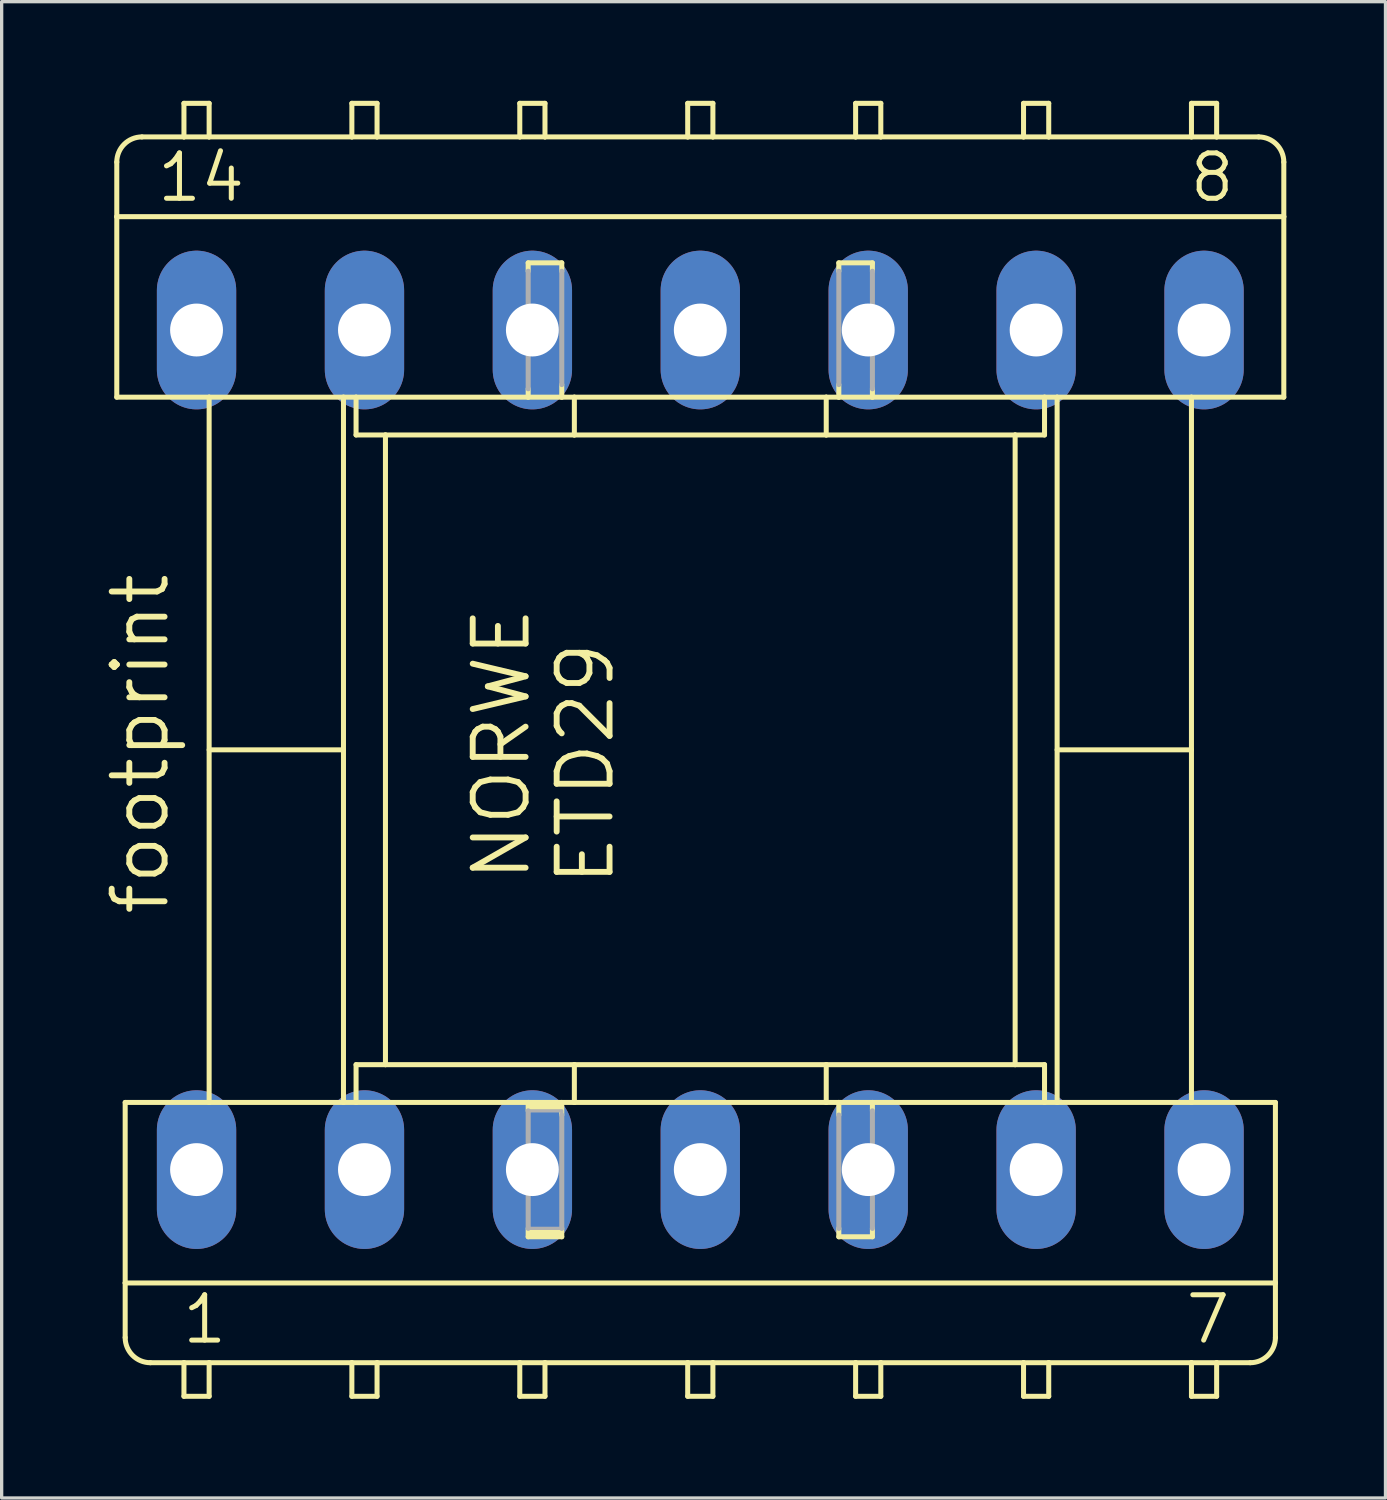
<source format=kicad_pcb>
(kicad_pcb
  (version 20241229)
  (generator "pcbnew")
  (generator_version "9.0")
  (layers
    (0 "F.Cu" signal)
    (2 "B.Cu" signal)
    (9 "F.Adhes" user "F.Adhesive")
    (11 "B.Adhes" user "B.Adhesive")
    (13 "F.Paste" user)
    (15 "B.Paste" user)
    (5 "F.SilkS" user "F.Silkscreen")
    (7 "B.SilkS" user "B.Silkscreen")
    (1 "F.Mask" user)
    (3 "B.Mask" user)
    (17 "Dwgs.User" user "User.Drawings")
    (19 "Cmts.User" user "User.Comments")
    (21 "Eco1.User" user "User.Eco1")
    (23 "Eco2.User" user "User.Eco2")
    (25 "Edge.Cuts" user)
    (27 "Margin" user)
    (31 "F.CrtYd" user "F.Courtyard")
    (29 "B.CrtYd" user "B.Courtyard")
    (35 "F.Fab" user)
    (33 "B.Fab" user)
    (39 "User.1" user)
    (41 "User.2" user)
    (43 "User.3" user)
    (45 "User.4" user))
  (footprint "footprint"
    (layer "F.Cu")
    (at 18.136 19.634)
    (property "Reference" "footprint" (at -16.002 5.08 90) (layer "F.SilkS") (effects (font (size 1.6 1.6) (thickness 0.178)) (justify left bottom)))
    (fp_line (start -17.653 -16.129) (end -17.653 -17.78) (stroke (width 0.152) (type solid)) (layer "F.SilkS"))
    (fp_line (start -17.653 -16.129) (end 17.653 -16.129) (stroke (width 0.152) (type solid)) (layer "F.SilkS"))
    (fp_line (start -17.653 -10.668) (end -17.653 -16.129) (stroke (width 0.152) (type solid)) (layer "F.SilkS"))
    (fp_line (start -17.653 -10.668) (end -14.859 -10.668) (stroke (width 0.152) (type solid)) (layer "F.SilkS"))
    (fp_line (start -17.399 10.668) (end -14.859 10.668) (stroke (width 0.152) (type solid)) (layer "F.SilkS"))
    (fp_line (start -17.399 16.129) (end -17.399 10.668) (stroke (width 0.152) (type solid)) (layer "F.SilkS"))
    (fp_line (start -17.399 17.78) (end -17.399 16.129) (stroke (width 0.152) (type solid)) (layer "F.SilkS"))
    (fp_line (start -16.891 -18.542) (end -15.621 -18.542) (stroke (width 0.152) (type solid)) (layer "F.SilkS"))
    (fp_line (start -15.621 -19.558) (end -15.621 -18.542) (stroke (width 0.152) (type solid)) (layer "F.SilkS"))
    (fp_line (start -15.621 -18.542) (end -14.859 -18.542) (stroke (width 0.152) (type solid)) (layer "F.SilkS"))
    (fp_line (start -15.621 18.542) (end -16.637 18.542) (stroke (width 0.152) (type solid)) (layer "F.SilkS"))
    (fp_line (start -15.621 18.542) (end -15.621 19.558) (stroke (width 0.152) (type solid)) (layer "F.SilkS"))
    (fp_line (start -15.621 19.558) (end -14.859 19.558) (stroke (width 0.152) (type solid)) (layer "F.SilkS"))
    (fp_line (start -14.859 -19.558) (end -15.621 -19.558) (stroke (width 0.152) (type solid)) (layer "F.SilkS"))
    (fp_line (start -14.859 -18.542) (end -14.859 -19.558) (stroke (width 0.152) (type solid)) (layer "F.SilkS"))
    (fp_line (start -14.859 -18.542) (end -10.541 -18.542) (stroke (width 0.152) (type solid)) (layer "F.SilkS"))
    (fp_line (start -14.859 -10.668) (end -10.795 -10.668) (stroke (width 0.152) (type solid)) (layer "F.SilkS"))
    (fp_line (start -14.859 10.668) (end -14.859 -10.668) (stroke (width 0.152) (type solid)) (layer "F.SilkS"))
    (fp_line (start -14.859 10.668) (end -10.795 10.668) (stroke (width 0.152) (type solid)) (layer "F.SilkS"))
    (fp_line (start -14.859 18.542) (end -15.621 18.542) (stroke (width 0.152) (type solid)) (layer "F.SilkS"))
    (fp_line (start -14.859 19.558) (end -14.859 18.542) (stroke (width 0.152) (type solid)) (layer "F.SilkS"))
    (fp_line (start -10.795 -10.668) (end -10.414 -10.668) (stroke (width 0.152) (type solid)) (layer "F.SilkS"))
    (fp_line (start -10.795 0) (end -14.859 0) (stroke (width 0.152) (type solid)) (layer "F.SilkS"))
    (fp_line (start -10.795 10.668) (end -10.795 -10.668) (stroke (width 0.152) (type solid)) (layer "F.SilkS"))
    (fp_line (start -10.795 10.668) (end -10.414 10.668) (stroke (width 0.152) (type solid)) (layer "F.SilkS"))
    (fp_line (start -10.541 -19.558) (end -10.541 -18.542) (stroke (width 0.152) (type solid)) (layer "F.SilkS"))
    (fp_line (start -10.541 -18.542) (end -9.779 -18.542) (stroke (width 0.152) (type solid)) (layer "F.SilkS"))
    (fp_line (start -10.541 18.542) (end -14.859 18.542) (stroke (width 0.152) (type solid)) (layer "F.SilkS"))
    (fp_line (start -10.541 18.542) (end -10.541 19.558) (stroke (width 0.152) (type solid)) (layer "F.SilkS"))
    (fp_line (start -10.541 19.558) (end -9.779 19.558) (stroke (width 0.152) (type solid)) (layer "F.SilkS"))
    (fp_line (start -10.414 -10.668) (end -5.207 -10.668) (stroke (width 0.152) (type solid)) (layer "F.SilkS"))
    (fp_line (start -10.414 -9.525) (end -10.414 -10.668) (stroke (width 0.152) (type solid)) (layer "F.SilkS"))
    (fp_line (start -10.414 -9.525) (end -9.525 -9.525) (stroke (width 0.152) (type solid)) (layer "F.SilkS"))
    (fp_line (start -10.414 9.525) (end -9.525 9.525) (stroke (width 0.152) (type solid)) (layer "F.SilkS"))
    (fp_line (start -10.414 10.668) (end -10.414 9.525) (stroke (width 0.152) (type solid)) (layer "F.SilkS"))
    (fp_line (start -10.414 10.668) (end -5.207 10.668) (stroke (width 0.152) (type solid)) (layer "F.SilkS"))
    (fp_line (start -9.779 -19.558) (end -10.541 -19.558) (stroke (width 0.152) (type solid)) (layer "F.SilkS"))
    (fp_line (start -9.779 -18.542) (end -9.779 -19.558) (stroke (width 0.152) (type solid)) (layer "F.SilkS"))
    (fp_line (start -9.779 -18.542) (end -5.461 -18.542) (stroke (width 0.152) (type solid)) (layer "F.SilkS"))
    (fp_line (start -9.779 18.542) (end -10.541 18.542) (stroke (width 0.152) (type solid)) (layer "F.SilkS"))
    (fp_line (start -9.779 19.558) (end -9.779 18.542) (stroke (width 0.152) (type solid)) (layer "F.SilkS"))
    (fp_line (start -9.525 -9.525) (end -9.525 9.525) (stroke (width 0.152) (type solid)) (layer "F.SilkS"))
    (fp_line (start -9.525 -9.525) (end -3.81 -9.525) (stroke (width 0.152) (type solid)) (layer "F.SilkS"))
    (fp_line (start -9.525 9.525) (end -3.81 9.525) (stroke (width 0.152) (type solid)) (layer "F.SilkS"))
    (fp_line (start -5.461 -19.558) (end -5.461 -18.542) (stroke (width 0.152) (type solid)) (layer "F.SilkS"))
    (fp_line (start -5.461 -18.542) (end -4.699 -18.542) (stroke (width 0.152) (type solid)) (layer "F.SilkS"))
    (fp_line (start -5.461 18.542) (end -9.779 18.542) (stroke (width 0.152) (type solid)) (layer "F.SilkS"))
    (fp_line (start -5.461 18.542) (end -5.461 19.558) (stroke (width 0.152) (type solid)) (layer "F.SilkS"))
    (fp_line (start -5.461 19.558) (end -4.699 19.558) (stroke (width 0.152) (type solid)) (layer "F.SilkS"))
    (fp_line (start -5.207 -14.732) (end -4.191 -14.732) (stroke (width 0.152) (type solid)) (layer "F.SilkS"))
    (fp_line (start -5.207 -14.478) (end -5.207 -14.732) (stroke (width 0.152) (type solid)) (layer "F.SilkS"))
    (fp_line (start -5.207 -10.668) (end -5.207 -10.922) (stroke (width 0.152) (type solid)) (layer "F.SilkS"))
    (fp_line (start -5.207 -10.668) (end -4.191 -10.668) (stroke (width 0.152) (type solid)) (layer "F.SilkS"))
    (fp_line (start -5.207 10.668) (end -5.207 10.922) (stroke (width 0.152) (type solid)) (layer "F.SilkS"))
    (fp_line (start -5.207 10.668) (end -4.191 10.668) (stroke (width 0.152) (type solid)) (layer "F.SilkS"))
    (fp_line (start -5.207 14.478) (end -5.207 14.732) (stroke (width 0.152) (type solid)) (layer "F.SilkS"))
    (fp_line (start -5.207 14.732) (end -4.191 14.732) (stroke (width 0.152) (type solid)) (layer "F.SilkS"))
    (fp_line (start -4.699 -19.558) (end -5.461 -19.558) (stroke (width 0.152) (type solid)) (layer "F.SilkS"))
    (fp_line (start -4.699 -18.542) (end -4.699 -19.558) (stroke (width 0.152) (type solid)) (layer "F.SilkS"))
    (fp_line (start -4.699 -18.542) (end -0.381 -18.542) (stroke (width 0.152) (type solid)) (layer "F.SilkS"))
    (fp_line (start -4.699 18.542) (end -5.461 18.542) (stroke (width 0.152) (type solid)) (layer "F.SilkS"))
    (fp_line (start -4.699 19.558) (end -4.699 18.542) (stroke (width 0.152) (type solid)) (layer "F.SilkS"))
    (fp_line (start -4.191 -14.478) (end -4.191 -14.732) (stroke (width 0.152) (type solid)) (layer "F.SilkS"))
    (fp_line (start -4.191 -10.668) (end -4.191 -11.049) (stroke (width 0.152) (type solid)) (layer "F.SilkS"))
    (fp_line (start -4.191 -10.668) (end -3.81 -10.668) (stroke (width 0.152) (type solid)) (layer "F.SilkS"))
    (fp_line (start -4.191 10.668) (end -4.191 11.049) (stroke (width 0.152) (type solid)) (layer "F.SilkS"))
    (fp_line (start -4.191 10.668) (end -3.81 10.668) (stroke (width 0.152) (type solid)) (layer "F.SilkS"))
    (fp_line (start -4.191 14.478) (end -4.191 14.732) (stroke (width 0.152) (type solid)) (layer "F.SilkS"))
    (fp_line (start -3.81 -10.668) (end 3.81 -10.668) (stroke (width 0.152) (type solid)) (layer "F.SilkS"))
    (fp_line (start -3.81 -9.525) (end -3.81 -10.668) (stroke (width 0.152) (type solid)) (layer "F.SilkS"))
    (fp_line (start -3.81 -9.525) (end 3.81 -9.525) (stroke (width 0.152) (type solid)) (layer "F.SilkS"))
    (fp_line (start -3.81 9.525) (end -3.81 10.668) (stroke (width 0.152) (type solid)) (layer "F.SilkS"))
    (fp_line (start -3.81 9.525) (end 3.81 9.525) (stroke (width 0.152) (type solid)) (layer "F.SilkS"))
    (fp_line (start -3.81 10.668) (end 3.81 10.668) (stroke (width 0.152) (type solid)) (layer "F.SilkS"))
    (fp_line (start -0.381 -19.558) (end -0.381 -18.542) (stroke (width 0.152) (type solid)) (layer "F.SilkS"))
    (fp_line (start -0.381 -18.542) (end 0.381 -18.542) (stroke (width 0.152) (type solid)) (layer "F.SilkS"))
    (fp_line (start -0.381 18.542) (end -4.699 18.542) (stroke (width 0.152) (type solid)) (layer "F.SilkS"))
    (fp_line (start -0.381 18.542) (end -0.381 19.558) (stroke (width 0.152) (type solid)) (layer "F.SilkS"))
    (fp_line (start -0.381 19.558) (end 0.381 19.558) (stroke (width 0.152) (type solid)) (layer "F.SilkS"))
    (fp_line (start 0.381 -19.558) (end -0.381 -19.558) (stroke (width 0.152) (type solid)) (layer "F.SilkS"))
    (fp_line (start 0.381 -18.542) (end 0.381 -19.558) (stroke (width 0.152) (type solid)) (layer "F.SilkS"))
    (fp_line (start 0.381 -18.542) (end 4.699 -18.542) (stroke (width 0.152) (type solid)) (layer "F.SilkS"))
    (fp_line (start 0.381 18.542) (end -0.381 18.542) (stroke (width 0.152) (type solid)) (layer "F.SilkS"))
    (fp_line (start 0.381 19.558) (end 0.381 18.542) (stroke (width 0.152) (type solid)) (layer "F.SilkS"))
    (fp_line (start 3.81 -10.668) (end 4.191 -10.668) (stroke (width 0.152) (type solid)) (layer "F.SilkS"))
    (fp_line (start 3.81 -9.525) (end 3.81 -10.668) (stroke (width 0.152) (type solid)) (layer "F.SilkS"))
    (fp_line (start 3.81 -9.525) (end 9.525 -9.525) (stroke (width 0.152) (type solid)) (layer "F.SilkS"))
    (fp_line (start 3.81 9.525) (end 3.81 10.668) (stroke (width 0.152) (type solid)) (layer "F.SilkS"))
    (fp_line (start 3.81 9.525) (end 9.525 9.525) (stroke (width 0.152) (type solid)) (layer "F.SilkS"))
    (fp_line (start 3.81 10.668) (end 4.191 10.668) (stroke (width 0.152) (type solid)) (layer "F.SilkS"))
    (fp_line (start 4.191 -14.732) (end 5.207 -14.732) (stroke (width 0.152) (type solid)) (layer "F.SilkS"))
    (fp_line (start 4.191 -14.478) (end 4.191 -14.732) (stroke (width 0.152) (type solid)) (layer "F.SilkS"))
    (fp_line (start 4.191 -10.668) (end 4.191 -11.049) (stroke (width 0.152) (type solid)) (layer "F.SilkS"))
    (fp_line (start 4.191 -10.668) (end 5.207 -10.668) (stroke (width 0.152) (type solid)) (layer "F.SilkS"))
    (fp_line (start 4.191 10.668) (end 4.191 11.049) (stroke (width 0.152) (type solid)) (layer "F.SilkS"))
    (fp_line (start 4.191 10.668) (end 5.207 10.668) (stroke (width 0.152) (type solid)) (layer "F.SilkS"))
    (fp_line (start 4.191 14.478) (end 4.191 14.732) (stroke (width 0.152) (type solid)) (layer "F.SilkS"))
    (fp_line (start 4.191 14.732) (end 5.207 14.732) (stroke (width 0.152) (type solid)) (layer "F.SilkS"))
    (fp_line (start 4.699 -19.558) (end 4.699 -18.542) (stroke (width 0.152) (type solid)) (layer "F.SilkS"))
    (fp_line (start 4.699 -18.542) (end 5.461 -18.542) (stroke (width 0.152) (type solid)) (layer "F.SilkS"))
    (fp_line (start 4.699 18.542) (end 0.381 18.542) (stroke (width 0.152) (type solid)) (layer "F.SilkS"))
    (fp_line (start 4.699 18.542) (end 4.699 19.558) (stroke (width 0.152) (type solid)) (layer "F.SilkS"))
    (fp_line (start 4.699 19.558) (end 5.461 19.558) (stroke (width 0.152) (type solid)) (layer "F.SilkS"))
    (fp_line (start 5.207 -14.478) (end 5.207 -14.732) (stroke (width 0.152) (type solid)) (layer "F.SilkS"))
    (fp_line (start 5.207 -10.668) (end 5.207 -10.922) (stroke (width 0.152) (type solid)) (layer "F.SilkS"))
    (fp_line (start 5.207 -10.668) (end 10.414 -10.668) (stroke (width 0.152) (type solid)) (layer "F.SilkS"))
    (fp_line (start 5.207 10.668) (end 5.207 10.922) (stroke (width 0.152) (type solid)) (layer "F.SilkS"))
    (fp_line (start 5.207 10.668) (end 10.414 10.668) (stroke (width 0.152) (type solid)) (layer "F.SilkS"))
    (fp_line (start 5.207 14.478) (end 5.207 14.732) (stroke (width 0.152) (type solid)) (layer "F.SilkS"))
    (fp_line (start 5.461 -19.558) (end 4.699 -19.558) (stroke (width 0.152) (type solid)) (layer "F.SilkS"))
    (fp_line (start 5.461 -18.542) (end 5.461 -19.558) (stroke (width 0.152) (type solid)) (layer "F.SilkS"))
    (fp_line (start 5.461 -18.542) (end 9.779 -18.542) (stroke (width 0.152) (type solid)) (layer "F.SilkS"))
    (fp_line (start 5.461 18.542) (end 4.699 18.542) (stroke (width 0.152) (type solid)) (layer "F.SilkS"))
    (fp_line (start 5.461 19.558) (end 5.461 18.542) (stroke (width 0.152) (type solid)) (layer "F.SilkS"))
    (fp_line (start 9.525 -9.525) (end 9.525 9.525) (stroke (width 0.152) (type solid)) (layer "F.SilkS"))
    (fp_line (start 9.525 -9.525) (end 10.414 -9.525) (stroke (width 0.152) (type solid)) (layer "F.SilkS"))
    (fp_line (start 9.525 9.525) (end 10.414 9.525) (stroke (width 0.152) (type solid)) (layer "F.SilkS"))
    (fp_line (start 9.779 -19.558) (end 9.779 -18.542) (stroke (width 0.152) (type solid)) (layer "F.SilkS"))
    (fp_line (start 9.779 -18.542) (end 10.541 -18.542) (stroke (width 0.152) (type solid)) (layer "F.SilkS"))
    (fp_line (start 9.779 18.542) (end 5.461 18.542) (stroke (width 0.152) (type solid)) (layer "F.SilkS"))
    (fp_line (start 9.779 18.542) (end 9.779 19.558) (stroke (width 0.152) (type solid)) (layer "F.SilkS"))
    (fp_line (start 9.779 19.558) (end 10.541 19.558) (stroke (width 0.152) (type solid)) (layer "F.SilkS"))
    (fp_line (start 10.414 -10.668) (end 10.795 -10.668) (stroke (width 0.152) (type solid)) (layer "F.SilkS"))
    (fp_line (start 10.414 -9.525) (end 10.414 -10.668) (stroke (width 0.152) (type solid)) (layer "F.SilkS"))
    (fp_line (start 10.414 10.668) (end 10.414 9.525) (stroke (width 0.152) (type solid)) (layer "F.SilkS"))
    (fp_line (start 10.414 10.668) (end 10.795 10.668) (stroke (width 0.152) (type solid)) (layer "F.SilkS"))
    (fp_line (start 10.541 -19.558) (end 9.779 -19.558) (stroke (width 0.152) (type solid)) (layer "F.SilkS"))
    (fp_line (start 10.541 -18.542) (end 10.541 -19.558) (stroke (width 0.152) (type solid)) (layer "F.SilkS"))
    (fp_line (start 10.541 -18.542) (end 14.859 -18.542) (stroke (width 0.152) (type solid)) (layer "F.SilkS"))
    (fp_line (start 10.541 18.542) (end 9.779 18.542) (stroke (width 0.152) (type solid)) (layer "F.SilkS"))
    (fp_line (start 10.541 19.558) (end 10.541 18.542) (stroke (width 0.152) (type solid)) (layer "F.SilkS"))
    (fp_line (start 10.795 -10.668) (end 14.859 -10.668) (stroke (width 0.152) (type solid)) (layer "F.SilkS"))
    (fp_line (start 10.795 0) (end 14.859 0) (stroke (width 0.152) (type solid)) (layer "F.SilkS"))
    (fp_line (start 10.795 10.668) (end 10.795 -10.668) (stroke (width 0.152) (type solid)) (layer "F.SilkS"))
    (fp_line (start 10.795 10.668) (end 14.859 10.668) (stroke (width 0.152) (type solid)) (layer "F.SilkS"))
    (fp_line (start 14.859 -19.558) (end 14.859 -18.542) (stroke (width 0.152) (type solid)) (layer "F.SilkS"))
    (fp_line (start 14.859 -18.542) (end 15.621 -18.542) (stroke (width 0.152) (type solid)) (layer "F.SilkS"))
    (fp_line (start 14.859 -10.668) (end 17.653 -10.668) (stroke (width 0.152) (type solid)) (layer "F.SilkS"))
    (fp_line (start 14.859 10.668) (end 14.859 -10.668) (stroke (width 0.152) (type solid)) (layer "F.SilkS"))
    (fp_line (start 14.859 10.668) (end 17.399 10.668) (stroke (width 0.152) (type solid)) (layer "F.SilkS"))
    (fp_line (start 14.859 18.542) (end 10.541 18.542) (stroke (width 0.152) (type solid)) (layer "F.SilkS"))
    (fp_line (start 14.859 18.542) (end 14.859 19.558) (stroke (width 0.152) (type solid)) (layer "F.SilkS"))
    (fp_line (start 14.859 19.558) (end 15.621 19.558) (stroke (width 0.152) (type solid)) (layer "F.SilkS"))
    (fp_line (start 15.621 -19.558) (end 14.859 -19.558) (stroke (width 0.152) (type solid)) (layer "F.SilkS"))
    (fp_line (start 15.621 -18.542) (end 15.621 -19.558) (stroke (width 0.152) (type solid)) (layer "F.SilkS"))
    (fp_line (start 15.621 -18.542) (end 16.891 -18.542) (stroke (width 0.152) (type solid)) (layer "F.SilkS"))
    (fp_line (start 15.621 18.542) (end 14.859 18.542) (stroke (width 0.152) (type solid)) (layer "F.SilkS"))
    (fp_line (start 15.621 19.558) (end 15.621 18.542) (stroke (width 0.152) (type solid)) (layer "F.SilkS"))
    (fp_line (start 16.637 18.542) (end 15.621 18.542) (stroke (width 0.152) (type solid)) (layer "F.SilkS"))
    (fp_line (start 17.399 10.668) (end 17.399 16.129) (stroke (width 0.152) (type solid)) (layer "F.SilkS"))
    (fp_line (start 17.399 16.129) (end -17.399 16.129) (stroke (width 0.152) (type solid)) (layer "F.SilkS"))
    (fp_line (start 17.399 16.129) (end 17.399 17.78) (stroke (width 0.152) (type solid)) (layer "F.SilkS"))
    (fp_line (start 17.653 -16.129) (end 17.653 -17.78) (stroke (width 0.152) (type solid)) (layer "F.SilkS"))
    (fp_line (start 17.653 -10.668) (end 17.653 -16.129) (stroke (width 0.152) (type solid)) (layer "F.SilkS"))
    (fp_arc (start -17.653 -17.78) (mid -17.429815 -18.318815) (end -16.891 -18.542) (stroke (width 0.1524) (type solid)) (layer "F.SilkS"))
    (fp_arc (start -16.637 18.542) (mid -17.175815 18.318815) (end -17.399 17.78) (stroke (width 0.1524) (type solid)) (layer "F.SilkS"))
    (fp_arc (start 16.891 -18.542) (mid 17.429815 -18.318815) (end 17.653 -17.78) (stroke (width 0.1524) (type solid)) (layer "F.SilkS"))
    (fp_arc (start 17.399 17.78) (mid 17.175815 18.318815) (end 16.637 18.542) (stroke (width 0.1524) (type solid)) (layer "F.SilkS"))
    (fp_poly (pts (xy -5.207 10.922) (xy -4.191 10.922) (xy -4.191 10.668) (xy -5.207 10.668)) (stroke (width 0) (type solid)) (fill yes) (layer "F.SilkS"))
    (fp_poly (pts (xy -5.207 14.732) (xy -4.191 14.732) (xy -4.191 14.478) (xy -5.207 14.478)) (stroke (width 0) (type solid)) (fill yes) (layer "F.SilkS"))
    (fp_line (start -5.207 -10.922) (end -5.207 -14.478) (stroke (width 0.152) (type solid)) (layer "F.Fab"))
    (fp_line (start -5.207 14.478) (end -5.207 10.922) (stroke (width 0.152) (type solid)) (layer "F.Fab"))
    (fp_line (start -4.191 -11.049) (end -4.191 -14.478) (stroke (width 0.152) (type solid)) (layer "F.Fab"))
    (fp_line (start -4.191 11.049) (end -4.191 14.478) (stroke (width 0.152) (type solid)) (layer "F.Fab"))
    (fp_line (start 4.191 -11.049) (end 4.191 -14.478) (stroke (width 0.152) (type solid)) (layer "F.Fab"))
    (fp_line (start 4.191 11.049) (end 4.191 14.478) (stroke (width 0.152) (type solid)) (layer "F.Fab"))
    (fp_line (start 5.207 -10.922) (end 5.207 -14.478) (stroke (width 0.152) (type solid)) (layer "F.Fab"))
    (fp_line (start 5.207 10.922) (end 5.207 14.478) (stroke (width 0.152) (type solid)) (layer "F.Fab"))
    (fp_poly (pts (xy -5.207 14.478) (xy -4.191 14.478) (xy -4.191 10.922) (xy -5.207 10.922)) (stroke (width 0.1) (type solid)) (fill no) (layer "F.Fab"))
    (fp_text user "1" (at -15.748 18.034 0) (layer "F.SilkS") (effects (font (size 1.372 1.372) (thickness 0.152)) (justify left bottom)))
    (fp_text user "ETD29" (at -2.54 4.191 90) (layer "F.SilkS") (effects (font (size 1.6 1.6) (thickness 0.178)) (justify left bottom)))
    (fp_text user "NORWE" (at -5.08 4.064 90) (layer "F.SilkS") (effects (font (size 1.6 1.6) (thickness 0.178)) (justify left bottom)))
    (fp_text user "14" (at -16.51 -16.51 0) (layer "F.SilkS") (effects (font (size 1.372 1.372) (thickness 0.152)) (justify left bottom)))
    (fp_text user "7" (at 14.605 18.034 0) (layer "F.SilkS") (effects (font (size 1.372 1.372) (thickness 0.152)) (justify left bottom)))
    (fp_text user "8" (at 14.732 -16.51 0) (layer "F.SilkS") (effects (font (size 1.372 1.372) (thickness 0.152)) (justify left bottom)))
    (pad "1" thru_hole oval (at -15.24 12.7 90) (size 4.801 2.4) (drill 1.6) (layers "*.Cu" "*.Mask"))
    (pad "2" thru_hole oval (at -10.16 12.7 90) (size 4.801 2.4) (drill 1.6) (layers "*.Cu" "*.Mask"))
    (pad "3" thru_hole oval (at -5.08 12.7 90) (size 4.801 2.4) (drill 1.6) (layers "*.Cu" "*.Mask"))
    (pad "4" thru_hole oval (at 0 12.7 90) (size 4.801 2.4) (drill 1.6) (layers "*.Cu" "*.Mask"))
    (pad "5" thru_hole oval (at 5.08 12.7 90) (size 4.801 2.4) (drill 1.6) (layers "*.Cu" "*.Mask"))
    (pad "6" thru_hole oval (at 10.16 12.7 90) (size 4.801 2.4) (drill 1.6) (layers "*.Cu" "*.Mask"))
    (pad "7" thru_hole oval (at 15.24 12.7 90) (size 4.801 2.4) (drill 1.6) (layers "*.Cu" "*.Mask"))
    (pad "8" thru_hole oval (at 15.24 -12.7 90) (size 4.801 2.4) (drill 1.6) (layers "*.Cu" "*.Mask"))
    (pad "9" thru_hole oval (at 10.16 -12.7 90) (size 4.801 2.4) (drill 1.6) (layers "*.Cu" "*.Mask"))
    (pad "10" thru_hole oval (at 5.08 -12.7 90) (size 4.801 2.4) (drill 1.6) (layers "*.Cu" "*.Mask"))
    (pad "11" thru_hole oval (at 0 -12.7 90) (size 4.801 2.4) (drill 1.6) (layers "*.Cu" "*.Mask"))
    (pad "12" thru_hole oval (at -5.08 -12.7 90) (size 4.801 2.4) (drill 1.6) (layers "*.Cu" "*.Mask"))
    (pad "13" thru_hole oval (at -10.16 -12.7 90) (size 4.801 2.4) (drill 1.6) (layers "*.Cu" "*.Mask"))
    (pad "14" thru_hole oval (at -15.24 -12.7 90) (size 4.801 2.4) (drill 1.6) (layers "*.Cu" "*.Mask")))
  (gr_rect
    (start -3 -3)
    (end 38.865 42.268)
    (stroke (width 0.1) (type default))
    (fill no)
    (layer "Edge.Cuts")))
</source>
